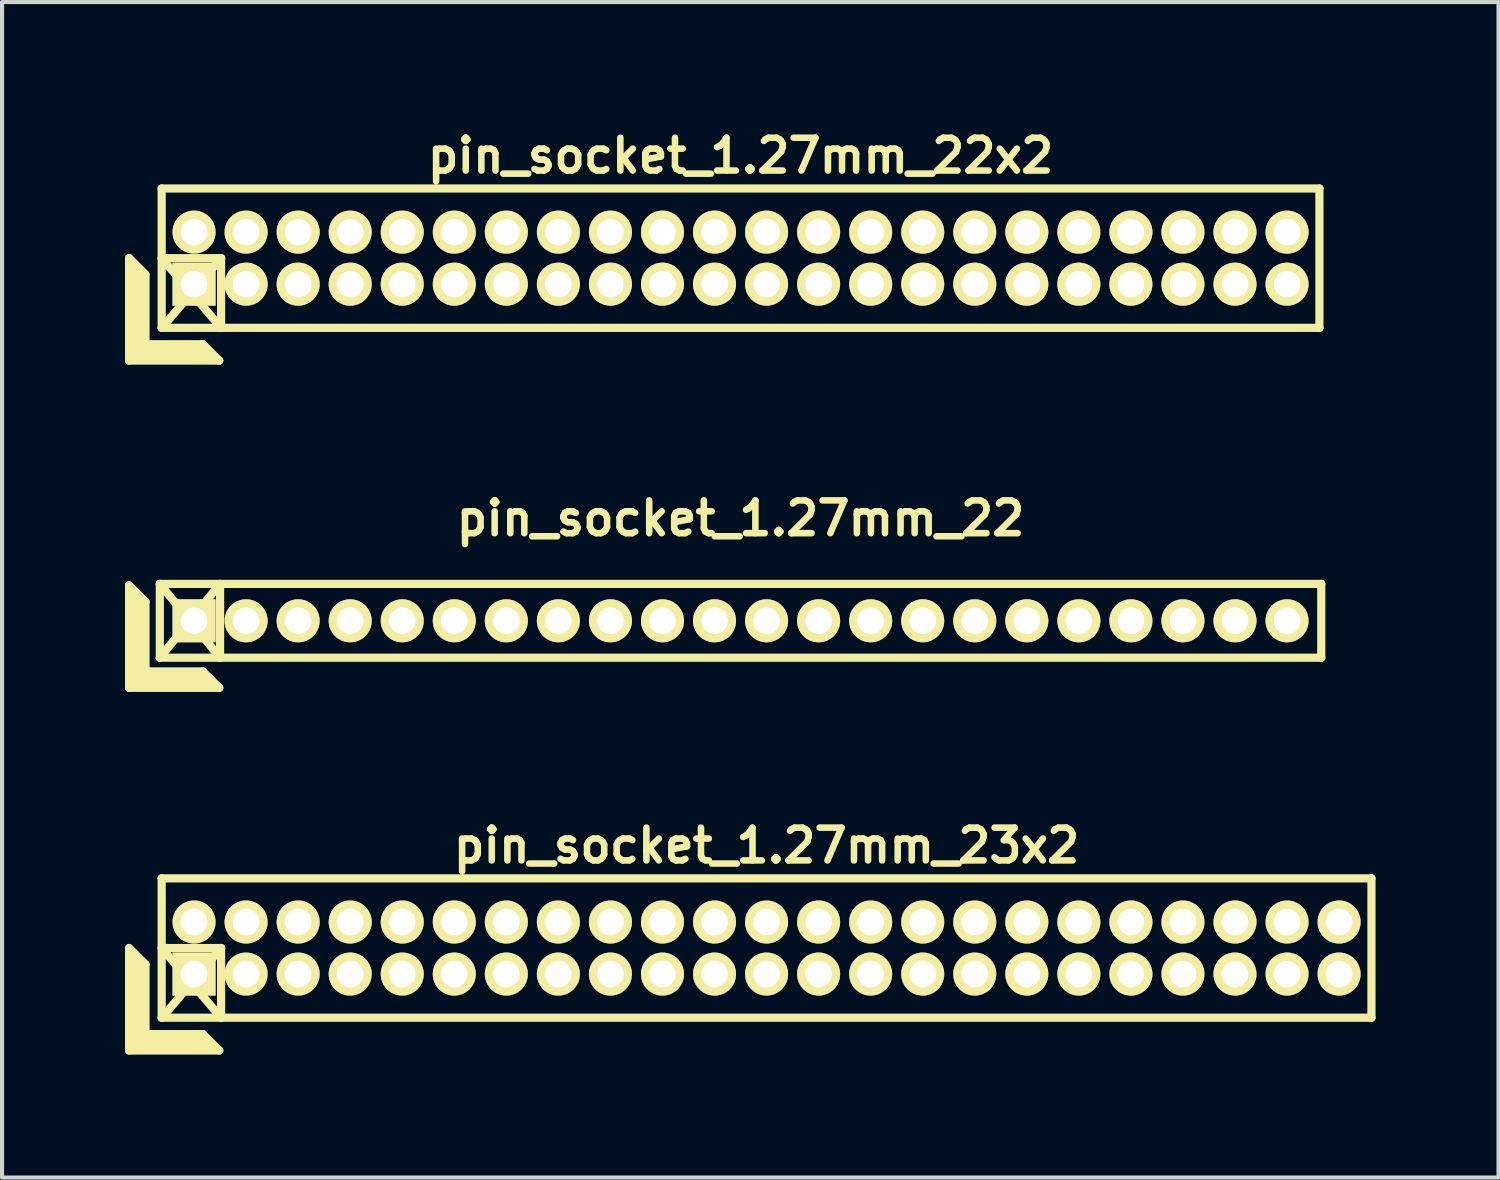
<source format=kicad_pcb>
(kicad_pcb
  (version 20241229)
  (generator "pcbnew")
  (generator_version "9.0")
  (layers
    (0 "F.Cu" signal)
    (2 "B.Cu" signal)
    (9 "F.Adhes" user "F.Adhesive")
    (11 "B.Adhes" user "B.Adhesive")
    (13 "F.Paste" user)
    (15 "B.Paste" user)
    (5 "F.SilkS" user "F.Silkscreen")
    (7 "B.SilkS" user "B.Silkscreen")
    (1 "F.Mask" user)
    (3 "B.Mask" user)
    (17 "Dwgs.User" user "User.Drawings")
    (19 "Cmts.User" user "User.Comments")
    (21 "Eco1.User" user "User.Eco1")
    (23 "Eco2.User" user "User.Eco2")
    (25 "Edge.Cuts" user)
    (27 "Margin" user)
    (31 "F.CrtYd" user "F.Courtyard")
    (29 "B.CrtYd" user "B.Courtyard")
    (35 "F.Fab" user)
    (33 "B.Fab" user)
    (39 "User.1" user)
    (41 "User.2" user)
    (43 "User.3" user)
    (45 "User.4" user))
  (footprint "pin_socket_1.27mm_22"
    (layer "F.Cu")
    (at 15.02 12.098)
    (property "Reference" "pin_socket_1.27mm_22" (at 0 -2.5 0) (layer "F.SilkS") (effects (font (size 0.8 0.8) (thickness 0.16))))
    (attr through_hole)
    (fp_line (start -14.92 -0.864) (end -14.92 1.636) (stroke (width 0.2) (type solid)) (layer "F.SilkS"))
    (fp_line (start -14.92 -0.864) (end -14.52 -0.464) (stroke (width 0.2) (type solid)) (layer "F.SilkS"))
    (fp_line (start -14.92 1.636) (end -12.72 1.636) (stroke (width 0.2) (type solid)) (layer "F.SilkS"))
    (fp_line (start -14.82 1.536) (end -14.82 -0.664) (stroke (width 0.2) (type solid)) (layer "F.SilkS"))
    (fp_line (start -14.82 1.536) (end -12.92 1.536) (stroke (width 0.2) (type solid)) (layer "F.SilkS"))
    (fp_line (start -14.72 1.436) (end -14.72 -0.564) (stroke (width 0.2) (type solid)) (layer "F.SilkS"))
    (fp_line (start -14.72 1.436) (end -13.02 1.436) (stroke (width 0.2) (type solid)) (layer "F.SilkS"))
    (fp_line (start -14.62 1.336) (end -14.62 -0.464) (stroke (width 0.2) (type solid)) (layer "F.SilkS"))
    (fp_line (start -14.62 1.336) (end -13.12 1.336) (stroke (width 0.2) (type solid)) (layer "F.SilkS"))
    (fp_line (start -14.52 1.236) (end -14.52 -0.464) (stroke (width 0.2) (type solid)) (layer "F.SilkS"))
    (fp_line (start -14.52 1.236) (end -13.12 1.236) (stroke (width 0.2) (type solid)) (layer "F.SilkS"))
    (fp_line (start -14.17 -0.9) (end -12.7 0.9) (stroke (width 0.2) (type solid)) (layer "F.SilkS"))
    (fp_line (start -14.17 -0.9) (end 14.17 -0.9) (stroke (width 0.2) (type solid)) (layer "F.SilkS"))
    (fp_line (start -14.17 0.9) (end -14.17 -0.9) (stroke (width 0.2) (type solid)) (layer "F.SilkS"))
    (fp_line (start -14.17 0.9) (end -12.7 -0.9) (stroke (width 0.2) (type solid)) (layer "F.SilkS"))
    (fp_line (start -13.12 1.236) (end -12.72 1.636) (stroke (width 0.2) (type solid)) (layer "F.SilkS"))
    (fp_line (start -12.7 -0.9) (end -12.7 0.9) (stroke (width 0.2) (type solid)) (layer "F.SilkS"))
    (fp_line (start 14.17 -0.9) (end 14.17 0.9) (stroke (width 0.2) (type solid)) (layer "F.SilkS"))
    (fp_line (start 14.17 0.9) (end -14.17 0.9) (stroke (width 0.2) (type solid)) (layer "F.SilkS"))
    (pad "1" thru_hole rect (at -13.335 0) (size 1.05 1.05) (drill 0.65) (layers "*.Cu" "*.Mask" "F.SilkS"))
    (pad "2" thru_hole oval (at -12.065 0) (size 1.05 1.05) (drill 0.65) (layers "*.Cu" "*.Mask" "F.SilkS"))
    (pad "3" thru_hole oval (at -10.795 0) (size 1.05 1.05) (drill 0.65) (layers "*.Cu" "*.Mask" "F.SilkS"))
    (pad "4" thru_hole oval (at -9.525 0) (size 1.05 1.05) (drill 0.65) (layers "*.Cu" "*.Mask" "F.SilkS"))
    (pad "5" thru_hole oval (at -8.255 0) (size 1.05 1.05) (drill 0.65) (layers "*.Cu" "*.Mask" "F.SilkS"))
    (pad "6" thru_hole oval (at -6.985 0) (size 1.05 1.05) (drill 0.65) (layers "*.Cu" "*.Mask" "F.SilkS"))
    (pad "7" thru_hole oval (at -5.715 0) (size 1.05 1.05) (drill 0.65) (layers "*.Cu" "*.Mask" "F.SilkS"))
    (pad "8" thru_hole oval (at -4.445 0) (size 1.05 1.05) (drill 0.65) (layers "*.Cu" "*.Mask" "F.SilkS"))
    (pad "9" thru_hole oval (at -3.175 0) (size 1.05 1.05) (drill 0.65) (layers "*.Cu" "*.Mask" "F.SilkS"))
    (pad "10" thru_hole oval (at -1.905 0) (size 1.05 1.05) (drill 0.65) (layers "*.Cu" "*.Mask" "F.SilkS"))
    (pad "11" thru_hole oval (at -0.635 0) (size 1.05 1.05) (drill 0.65) (layers "*.Cu" "*.Mask" "F.SilkS"))
    (pad "12" thru_hole oval (at 0.635 0) (size 1.05 1.05) (drill 0.65) (layers "*.Cu" "*.Mask" "F.SilkS"))
    (pad "13" thru_hole oval (at 1.905 0) (size 1.05 1.05) (drill 0.65) (layers "*.Cu" "*.Mask" "F.SilkS"))
    (pad "14" thru_hole oval (at 3.175 0) (size 1.05 1.05) (drill 0.65) (layers "*.Cu" "*.Mask" "F.SilkS"))
    (pad "15" thru_hole oval (at 4.445 0) (size 1.05 1.05) (drill 0.65) (layers "*.Cu" "*.Mask" "F.SilkS"))
    (pad "16" thru_hole oval (at 5.715 0) (size 1.05 1.05) (drill 0.65) (layers "*.Cu" "*.Mask" "F.SilkS"))
    (pad "17" thru_hole oval (at 6.985 0) (size 1.05 1.05) (drill 0.65) (layers "*.Cu" "*.Mask" "F.SilkS"))
    (pad "18" thru_hole oval (at 8.255 0) (size 1.05 1.05) (drill 0.65) (layers "*.Cu" "*.Mask" "F.SilkS"))
    (pad "19" thru_hole oval (at 9.525 0) (size 1.05 1.05) (drill 0.65) (layers "*.Cu" "*.Mask" "F.SilkS"))
    (pad "20" thru_hole oval (at 10.795 0) (size 1.05 1.05) (drill 0.65) (layers "*.Cu" "*.Mask" "F.SilkS"))
    (pad "21" thru_hole oval (at 12.065 0) (size 1.05 1.05) (drill 0.65) (layers "*.Cu" "*.Mask" "F.SilkS"))
    (pad "22" thru_hole oval (at 13.335 0) (size 1.05 1.05) (drill 0.65) (layers "*.Cu" "*.Mask" "F.SilkS")))
  (footprint "pin_socket_1.27mm_22x2"
    (layer "F.Cu")
    (at 15.02 3.249)
    (property "Reference" "pin_socket_1.27mm_22x2" (at 0 -2.5 0) (layer "F.SilkS") (effects (font (size 0.8 0.8) (thickness 0.16))))
    (attr through_hole)
    (fp_line (start -14.92 0) (end -14.92 2.5) (stroke (width 0.2) (type solid)) (layer "F.SilkS"))
    (fp_line (start -14.92 0) (end -14.52 0.4) (stroke (width 0.2) (type solid)) (layer "F.SilkS"))
    (fp_line (start -14.92 2.5) (end -12.72 2.5) (stroke (width 0.2) (type solid)) (layer "F.SilkS"))
    (fp_line (start -14.82 2.4) (end -14.82 0.2) (stroke (width 0.2) (type solid)) (layer "F.SilkS"))
    (fp_line (start -14.82 2.4) (end -12.92 2.4) (stroke (width 0.2) (type solid)) (layer "F.SilkS"))
    (fp_line (start -14.72 2.3) (end -14.72 0.3) (stroke (width 0.2) (type solid)) (layer "F.SilkS"))
    (fp_line (start -14.72 2.3) (end -13.02 2.3) (stroke (width 0.2) (type solid)) (layer "F.SilkS"))
    (fp_line (start -14.62 2.2) (end -14.62 0.4) (stroke (width 0.2) (type solid)) (layer "F.SilkS"))
    (fp_line (start -14.62 2.2) (end -13.12 2.2) (stroke (width 0.2) (type solid)) (layer "F.SilkS"))
    (fp_line (start -14.52 2.1) (end -14.52 0.4) (stroke (width 0.2) (type solid)) (layer "F.SilkS"))
    (fp_line (start -14.52 2.1) (end -13.12 2.1) (stroke (width 0.2) (type solid)) (layer "F.SilkS"))
    (fp_line (start -14.125 -1.7) (end 14.125 -1.7) (stroke (width 0.2) (type solid)) (layer "F.SilkS"))
    (fp_line (start -14.125 0) (end -12.675 0) (stroke (width 0.2) (type solid)) (layer "F.SilkS"))
    (fp_line (start -14.125 0) (end -12.675 1.7) (stroke (width 0.2) (type solid)) (layer "F.SilkS"))
    (fp_line (start -14.125 1.7) (end -14.125 -1.7) (stroke (width 0.2) (type solid)) (layer "F.SilkS"))
    (fp_line (start -13.12 2.1) (end -12.72 2.5) (stroke (width 0.2) (type solid)) (layer "F.SilkS"))
    (fp_line (start -12.675 0) (end -14.12 1.7) (stroke (width 0.2) (type solid)) (layer "F.SilkS"))
    (fp_line (start -12.675 0) (end -12.675 1.7) (stroke (width 0.2) (type solid)) (layer "F.SilkS"))
    (fp_line (start 14.125 -1.7) (end 14.125 1.7) (stroke (width 0.2) (type solid)) (layer "F.SilkS"))
    (fp_line (start 14.125 1.7) (end -14.125 1.7) (stroke (width 0.2) (type solid)) (layer "F.SilkS"))
    (pad "1" thru_hole rect (at -13.335 0.635) (size 1.05 1.05) (drill 0.65) (layers "*.Cu" "*.Mask" "F.SilkS"))
    (pad "2" thru_hole oval (at -13.335 -0.635) (size 1.05 1.05) (drill 0.65) (layers "*.Cu" "*.Mask" "F.SilkS"))
    (pad "3" thru_hole oval (at -12.065 0.635) (size 1.05 1.05) (drill 0.65) (layers "*.Cu" "*.Mask" "F.SilkS"))
    (pad "4" thru_hole oval (at -12.065 -0.635) (size 1.05 1.05) (drill 0.65) (layers "*.Cu" "*.Mask" "F.SilkS"))
    (pad "5" thru_hole oval (at -10.795 0.635) (size 1.05 1.05) (drill 0.65) (layers "*.Cu" "*.Mask" "F.SilkS"))
    (pad "6" thru_hole oval (at -10.795 -0.635) (size 1.05 1.05) (drill 0.65) (layers "*.Cu" "*.Mask" "F.SilkS"))
    (pad "7" thru_hole oval (at -9.525 0.635) (size 1.05 1.05) (drill 0.65) (layers "*.Cu" "*.Mask" "F.SilkS"))
    (pad "8" thru_hole oval (at -9.525 -0.635) (size 1.05 1.05) (drill 0.65) (layers "*.Cu" "*.Mask" "F.SilkS"))
    (pad "9" thru_hole oval (at -8.255 0.635) (size 1.05 1.05) (drill 0.65) (layers "*.Cu" "*.Mask" "F.SilkS"))
    (pad "10" thru_hole oval (at -8.255 -0.635) (size 1.05 1.05) (drill 0.65) (layers "*.Cu" "*.Mask" "F.SilkS"))
    (pad "11" thru_hole oval (at -6.985 0.635) (size 1.05 1.05) (drill 0.65) (layers "*.Cu" "*.Mask" "F.SilkS"))
    (pad "12" thru_hole oval (at -6.985 -0.635) (size 1.05 1.05) (drill 0.65) (layers "*.Cu" "*.Mask" "F.SilkS"))
    (pad "13" thru_hole oval (at -5.715 0.635) (size 1.05 1.05) (drill 0.65) (layers "*.Cu" "*.Mask" "F.SilkS"))
    (pad "14" thru_hole oval (at -5.715 -0.635) (size 1.05 1.05) (drill 0.65) (layers "*.Cu" "*.Mask" "F.SilkS"))
    (pad "15" thru_hole oval (at -4.445 0.635) (size 1.05 1.05) (drill 0.65) (layers "*.Cu" "*.Mask" "F.SilkS"))
    (pad "16" thru_hole oval (at -4.445 -0.635) (size 1.05 1.05) (drill 0.65) (layers "*.Cu" "*.Mask" "F.SilkS"))
    (pad "17" thru_hole oval (at -3.175 0.635) (size 1.05 1.05) (drill 0.65) (layers "*.Cu" "*.Mask" "F.SilkS"))
    (pad "18" thru_hole oval (at -3.175 -0.635) (size 1.05 1.05) (drill 0.65) (layers "*.Cu" "*.Mask" "F.SilkS"))
    (pad "19" thru_hole oval (at -1.905 0.635) (size 1.05 1.05) (drill 0.65) (layers "*.Cu" "*.Mask" "F.SilkS"))
    (pad "20" thru_hole oval (at -1.905 -0.635) (size 1.05 1.05) (drill 0.65) (layers "*.Cu" "*.Mask" "F.SilkS"))
    (pad "21" thru_hole oval (at -0.635 0.635) (size 1.05 1.05) (drill 0.65) (layers "*.Cu" "*.Mask" "F.SilkS"))
    (pad "22" thru_hole oval (at -0.635 -0.635) (size 1.05 1.05) (drill 0.65) (layers "*.Cu" "*.Mask" "F.SilkS"))
    (pad "23" thru_hole oval (at 0.635 0.635) (size 1.05 1.05) (drill 0.65) (layers "*.Cu" "*.Mask" "F.SilkS"))
    (pad "24" thru_hole oval (at 0.635 -0.635) (size 1.05 1.05) (drill 0.65) (layers "*.Cu" "*.Mask" "F.SilkS"))
    (pad "25" thru_hole oval (at 1.905 0.635) (size 1.05 1.05) (drill 0.65) (layers "*.Cu" "*.Mask" "F.SilkS"))
    (pad "26" thru_hole oval (at 1.905 -0.635) (size 1.05 1.05) (drill 0.65) (layers "*.Cu" "*.Mask" "F.SilkS"))
    (pad "27" thru_hole oval (at 3.175 0.635) (size 1.05 1.05) (drill 0.65) (layers "*.Cu" "*.Mask" "F.SilkS"))
    (pad "28" thru_hole oval (at 3.175 -0.635) (size 1.05 1.05) (drill 0.65) (layers "*.Cu" "*.Mask" "F.SilkS"))
    (pad "29" thru_hole oval (at 4.445 0.635) (size 1.05 1.05) (drill 0.65) (layers "*.Cu" "*.Mask" "F.SilkS"))
    (pad "30" thru_hole oval (at 4.445 -0.635) (size 1.05 1.05) (drill 0.65) (layers "*.Cu" "*.Mask" "F.SilkS"))
    (pad "31" thru_hole oval (at 5.715 0.635) (size 1.05 1.05) (drill 0.65) (layers "*.Cu" "*.Mask" "F.SilkS"))
    (pad "32" thru_hole oval (at 5.715 -0.635) (size 1.05 1.05) (drill 0.65) (layers "*.Cu" "*.Mask" "F.SilkS"))
    (pad "33" thru_hole oval (at 6.985 0.635) (size 1.05 1.05) (drill 0.65) (layers "*.Cu" "*.Mask" "F.SilkS"))
    (pad "34" thru_hole oval (at 6.985 -0.635) (size 1.05 1.05) (drill 0.65) (layers "*.Cu" "*.Mask" "F.SilkS"))
    (pad "35" thru_hole oval (at 8.255 0.635) (size 1.05 1.05) (drill 0.65) (layers "*.Cu" "*.Mask" "F.SilkS"))
    (pad "36" thru_hole oval (at 8.255 -0.635) (size 1.05 1.05) (drill 0.65) (layers "*.Cu" "*.Mask" "F.SilkS"))
    (pad "37" thru_hole oval (at 9.525 0.635) (size 1.05 1.05) (drill 0.65) (layers "*.Cu" "*.Mask" "F.SilkS"))
    (pad "38" thru_hole oval (at 9.525 -0.635) (size 1.05 1.05) (drill 0.65) (layers "*.Cu" "*.Mask" "F.SilkS"))
    (pad "39" thru_hole oval (at 10.795 0.635) (size 1.05 1.05) (drill 0.65) (layers "*.Cu" "*.Mask" "F.SilkS"))
    (pad "40" thru_hole oval (at 10.795 -0.635) (size 1.05 1.05) (drill 0.65) (layers "*.Cu" "*.Mask" "F.SilkS"))
    (pad "41" thru_hole oval (at 12.065 0.635) (size 1.05 1.05) (drill 0.65) (layers "*.Cu" "*.Mask" "F.SilkS"))
    (pad "42" thru_hole oval (at 12.065 -0.635) (size 1.05 1.05) (drill 0.65) (layers "*.Cu" "*.Mask" "F.SilkS"))
    (pad "43" thru_hole oval (at 13.335 0.635) (size 1.05 1.05) (drill 0.65) (layers "*.Cu" "*.Mask" "F.SilkS"))
    (pad "44" thru_hole oval (at 13.335 -0.635) (size 1.05 1.05) (drill 0.65) (layers "*.Cu" "*.Mask" "F.SilkS")))
  (footprint "pin_socket_1.27mm_23x2"
    (layer "F.Cu")
    (at 15.655 20.083)
    (property "Reference" "pin_socket_1.27mm_23x2" (at 0 -2.5 0) (layer "F.SilkS") (effects (font (size 0.8 0.8) (thickness 0.16))))
    (attr through_hole)
    (fp_line (start -15.555 0) (end -15.555 2.5) (stroke (width 0.2) (type solid)) (layer "F.SilkS"))
    (fp_line (start -15.555 0) (end -15.155 0.4) (stroke (width 0.2) (type solid)) (layer "F.SilkS"))
    (fp_line (start -15.555 2.5) (end -13.355 2.5) (stroke (width 0.2) (type solid)) (layer "F.SilkS"))
    (fp_line (start -15.455 2.4) (end -15.455 0.2) (stroke (width 0.2) (type solid)) (layer "F.SilkS"))
    (fp_line (start -15.455 2.4) (end -13.555 2.4) (stroke (width 0.2) (type solid)) (layer "F.SilkS"))
    (fp_line (start -15.355 2.3) (end -15.355 0.3) (stroke (width 0.2) (type solid)) (layer "F.SilkS"))
    (fp_line (start -15.355 2.3) (end -13.655 2.3) (stroke (width 0.2) (type solid)) (layer "F.SilkS"))
    (fp_line (start -15.255 2.2) (end -15.255 0.4) (stroke (width 0.2) (type solid)) (layer "F.SilkS"))
    (fp_line (start -15.255 2.2) (end -13.755 2.2) (stroke (width 0.2) (type solid)) (layer "F.SilkS"))
    (fp_line (start -15.155 2.1) (end -15.155 0.4) (stroke (width 0.2) (type solid)) (layer "F.SilkS"))
    (fp_line (start -15.155 2.1) (end -13.755 2.1) (stroke (width 0.2) (type solid)) (layer "F.SilkS"))
    (fp_line (start -14.76 -1.7) (end 14.76 -1.7) (stroke (width 0.2) (type solid)) (layer "F.SilkS"))
    (fp_line (start -14.76 0) (end -13.31 0) (stroke (width 0.2) (type solid)) (layer "F.SilkS"))
    (fp_line (start -14.76 0) (end -13.31 1.7) (stroke (width 0.2) (type solid)) (layer "F.SilkS"))
    (fp_line (start -14.76 1.7) (end -14.76 -1.7) (stroke (width 0.2) (type solid)) (layer "F.SilkS"))
    (fp_line (start -13.755 2.1) (end -13.355 2.5) (stroke (width 0.2) (type solid)) (layer "F.SilkS"))
    (fp_line (start -13.31 0) (end -14.755 1.7) (stroke (width 0.2) (type solid)) (layer "F.SilkS"))
    (fp_line (start -13.31 0) (end -13.31 1.7) (stroke (width 0.2) (type solid)) (layer "F.SilkS"))
    (fp_line (start 14.76 -1.7) (end 14.76 1.7) (stroke (width 0.2) (type solid)) (layer "F.SilkS"))
    (fp_line (start 14.76 1.7) (end -14.76 1.7) (stroke (width 0.2) (type solid)) (layer "F.SilkS"))
    (pad "1" thru_hole rect (at -13.97 0.635) (size 1.05 1.05) (drill 0.65) (layers "*.Cu" "*.Mask" "F.SilkS"))
    (pad "2" thru_hole oval (at -13.97 -0.635) (size 1.05 1.05) (drill 0.65) (layers "*.Cu" "*.Mask" "F.SilkS"))
    (pad "3" thru_hole oval (at -12.7 0.635) (size 1.05 1.05) (drill 0.65) (layers "*.Cu" "*.Mask" "F.SilkS"))
    (pad "4" thru_hole oval (at -12.7 -0.635) (size 1.05 1.05) (drill 0.65) (layers "*.Cu" "*.Mask" "F.SilkS"))
    (pad "5" thru_hole oval (at -11.43 0.635) (size 1.05 1.05) (drill 0.65) (layers "*.Cu" "*.Mask" "F.SilkS"))
    (pad "6" thru_hole oval (at -11.43 -0.635) (size 1.05 1.05) (drill 0.65) (layers "*.Cu" "*.Mask" "F.SilkS"))
    (pad "7" thru_hole oval (at -10.16 0.635) (size 1.05 1.05) (drill 0.65) (layers "*.Cu" "*.Mask" "F.SilkS"))
    (pad "8" thru_hole oval (at -10.16 -0.635) (size 1.05 1.05) (drill 0.65) (layers "*.Cu" "*.Mask" "F.SilkS"))
    (pad "9" thru_hole oval (at -8.89 0.635) (size 1.05 1.05) (drill 0.65) (layers "*.Cu" "*.Mask" "F.SilkS"))
    (pad "10" thru_hole oval (at -8.89 -0.635) (size 1.05 1.05) (drill 0.65) (layers "*.Cu" "*.Mask" "F.SilkS"))
    (pad "11" thru_hole oval (at -7.62 0.635) (size 1.05 1.05) (drill 0.65) (layers "*.Cu" "*.Mask" "F.SilkS"))
    (pad "12" thru_hole oval (at -7.62 -0.635) (size 1.05 1.05) (drill 0.65) (layers "*.Cu" "*.Mask" "F.SilkS"))
    (pad "13" thru_hole oval (at -6.35 0.635) (size 1.05 1.05) (drill 0.65) (layers "*.Cu" "*.Mask" "F.SilkS"))
    (pad "14" thru_hole oval (at -6.35 -0.635) (size 1.05 1.05) (drill 0.65) (layers "*.Cu" "*.Mask" "F.SilkS"))
    (pad "15" thru_hole oval (at -5.08 0.635) (size 1.05 1.05) (drill 0.65) (layers "*.Cu" "*.Mask" "F.SilkS"))
    (pad "16" thru_hole oval (at -5.08 -0.635) (size 1.05 1.05) (drill 0.65) (layers "*.Cu" "*.Mask" "F.SilkS"))
    (pad "17" thru_hole oval (at -3.81 0.635) (size 1.05 1.05) (drill 0.65) (layers "*.Cu" "*.Mask" "F.SilkS"))
    (pad "18" thru_hole oval (at -3.81 -0.635) (size 1.05 1.05) (drill 0.65) (layers "*.Cu" "*.Mask" "F.SilkS"))
    (pad "19" thru_hole oval (at -2.54 0.635) (size 1.05 1.05) (drill 0.65) (layers "*.Cu" "*.Mask" "F.SilkS"))
    (pad "20" thru_hole oval (at -2.54 -0.635) (size 1.05 1.05) (drill 0.65) (layers "*.Cu" "*.Mask" "F.SilkS"))
    (pad "21" thru_hole oval (at -1.27 0.635) (size 1.05 1.05) (drill 0.65) (layers "*.Cu" "*.Mask" "F.SilkS"))
    (pad "22" thru_hole oval (at -1.27 -0.635) (size 1.05 1.05) (drill 0.65) (layers "*.Cu" "*.Mask" "F.SilkS"))
    (pad "23" thru_hole oval (at 0 0.635) (size 1.05 1.05) (drill 0.65) (layers "*.Cu" "*.Mask" "F.SilkS"))
    (pad "24" thru_hole oval (at 0 -0.635) (size 1.05 1.05) (drill 0.65) (layers "*.Cu" "*.Mask" "F.SilkS"))
    (pad "25" thru_hole oval (at 1.27 0.635) (size 1.05 1.05) (drill 0.65) (layers "*.Cu" "*.Mask" "F.SilkS"))
    (pad "26" thru_hole oval (at 1.27 -0.635) (size 1.05 1.05) (drill 0.65) (layers "*.Cu" "*.Mask" "F.SilkS"))
    (pad "27" thru_hole oval (at 2.54 0.635) (size 1.05 1.05) (drill 0.65) (layers "*.Cu" "*.Mask" "F.SilkS"))
    (pad "28" thru_hole oval (at 2.54 -0.635) (size 1.05 1.05) (drill 0.65) (layers "*.Cu" "*.Mask" "F.SilkS"))
    (pad "29" thru_hole oval (at 3.81 0.635) (size 1.05 1.05) (drill 0.65) (layers "*.Cu" "*.Mask" "F.SilkS"))
    (pad "30" thru_hole oval (at 3.81 -0.635) (size 1.05 1.05) (drill 0.65) (layers "*.Cu" "*.Mask" "F.SilkS"))
    (pad "31" thru_hole oval (at 5.08 0.635) (size 1.05 1.05) (drill 0.65) (layers "*.Cu" "*.Mask" "F.SilkS"))
    (pad "32" thru_hole oval (at 5.08 -0.635) (size 1.05 1.05) (drill 0.65) (layers "*.Cu" "*.Mask" "F.SilkS"))
    (pad "33" thru_hole oval (at 6.35 0.635) (size 1.05 1.05) (drill 0.65) (layers "*.Cu" "*.Mask" "F.SilkS"))
    (pad "34" thru_hole oval (at 6.35 -0.635) (size 1.05 1.05) (drill 0.65) (layers "*.Cu" "*.Mask" "F.SilkS"))
    (pad "35" thru_hole oval (at 7.62 0.635) (size 1.05 1.05) (drill 0.65) (layers "*.Cu" "*.Mask" "F.SilkS"))
    (pad "36" thru_hole oval (at 7.62 -0.635) (size 1.05 1.05) (drill 0.65) (layers "*.Cu" "*.Mask" "F.SilkS"))
    (pad "37" thru_hole oval (at 8.89 0.635) (size 1.05 1.05) (drill 0.65) (layers "*.Cu" "*.Mask" "F.SilkS"))
    (pad "38" thru_hole oval (at 8.89 -0.635) (size 1.05 1.05) (drill 0.65) (layers "*.Cu" "*.Mask" "F.SilkS"))
    (pad "39" thru_hole oval (at 10.16 0.635) (size 1.05 1.05) (drill 0.65) (layers "*.Cu" "*.Mask" "F.SilkS"))
    (pad "40" thru_hole oval (at 10.16 -0.635) (size 1.05 1.05) (drill 0.65) (layers "*.Cu" "*.Mask" "F.SilkS"))
    (pad "41" thru_hole oval (at 11.43 0.635) (size 1.05 1.05) (drill 0.65) (layers "*.Cu" "*.Mask" "F.SilkS"))
    (pad "42" thru_hole oval (at 11.43 -0.635) (size 1.05 1.05) (drill 0.65) (layers "*.Cu" "*.Mask" "F.SilkS"))
    (pad "43" thru_hole oval (at 12.7 0.635) (size 1.05 1.05) (drill 0.65) (layers "*.Cu" "*.Mask" "F.SilkS"))
    (pad "44" thru_hole oval (at 12.7 -0.635) (size 1.05 1.05) (drill 0.65) (layers "*.Cu" "*.Mask" "F.SilkS"))
    (pad "45" thru_hole oval (at 13.97 0.635) (size 1.05 1.05) (drill 0.65) (layers "*.Cu" "*.Mask" "F.SilkS"))
    (pad "46" thru_hole oval (at 13.97 -0.635) (size 1.05 1.05) (drill 0.65) (layers "*.Cu" "*.Mask" "F.SilkS")))
  (gr_rect
    (start -3 -3)
    (end 33.515 25.683)
    (stroke (width 0.1) (type default))
    (fill no)
    (layer "Edge.Cuts")))
</source>
